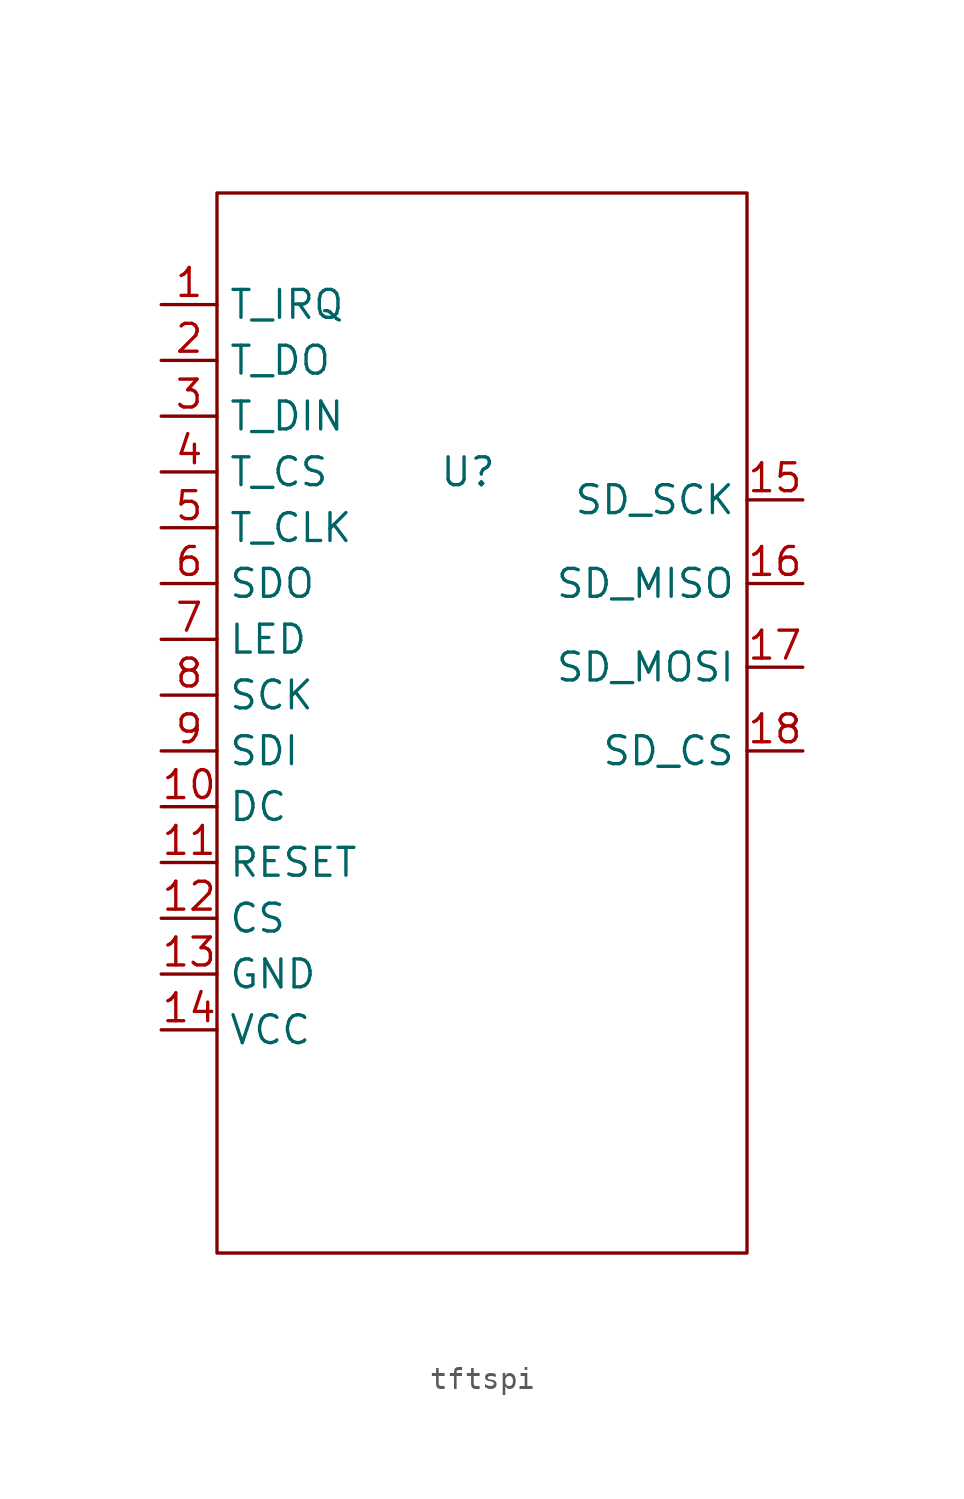
<source format=kicad_sym>
(kicad_symbol_lib
  (version 20231120)
  (generator "kicad_symbol_editor")
  (generator_version "8.0")
  (symbol "tftspi"
    (property "Reference" "U"
      (at 0 0 0)
      (effects (font (size 1.27 1.27))))
    (property "Value" ""
      (at 0 0 0)
      (effects (font (size 1.27 1.27))))
    (symbol "tftspi_0_1"
      (rectangle (start -11.43 12.7) (end 12.7 -35.56) (stroke (width 0) (type default)) (fill (type none))))
    (symbol "tftspi_1_1"
      (pin passive line (at -13.97 7.62 0) (length 2.54) (name "T_IRQ" (effects (font (size 1.27 1.27)))) (number "1" (effects (font (size 1.27 1.27)))))
      (pin passive line (at -13.97 -15.24 0) (length 2.54) (name "DC" (effects (font (size 1.27 1.27)))) (number "10" (effects (font (size 1.27 1.27)))))
      (pin passive line (at -13.97 -17.78 0) (length 2.54) (name "RESET" (effects (font (size 1.27 1.27)))) (number "11" (effects (font (size 1.27 1.27)))))
      (pin passive line (at -13.97 -20.32 0) (length 2.54) (name "CS" (effects (font (size 1.27 1.27)))) (number "12" (effects (font (size 1.27 1.27)))))
      (pin passive line (at -13.97 -22.86 0) (length 2.54) (name "GND" (effects (font (size 1.27 1.27)))) (number "13" (effects (font (size 1.27 1.27)))))
      (pin power_in line (at -13.97 -25.4 0) (length 2.54) (name "VCC" (effects (font (size 1.27 1.27)))) (number "14" (effects (font (size 1.27 1.27)))))
      (pin passive line (at 15.24 -1.27 180) (length 2.54) (name "SD_SCK" (effects (font (size 1.27 1.27)))) (number "15" (effects (font (size 1.27 1.27)))))
      (pin passive line (at 15.24 -5.08 180) (length 2.54) (name "SD_MISO" (effects (font (size 1.27 1.27)))) (number "16" (effects (font (size 1.27 1.27)))))
      (pin passive line (at 15.24 -8.89 180) (length 2.54) (name "SD_MOSI" (effects (font (size 1.27 1.27)))) (number "17" (effects (font (size 1.27 1.27)))))
      (pin passive line (at 15.24 -12.7 180) (length 2.54) (name "SD_CS" (effects (font (size 1.27 1.27)))) (number "18" (effects (font (size 1.27 1.27)))))
      (pin passive line (at -13.97 5.08 0) (length 2.54) (name "T_DO" (effects (font (size 1.27 1.27)))) (number "2" (effects (font (size 1.27 1.27)))))
      (pin passive line (at -13.97 2.54 0) (length 2.54) (name "T_DIN" (effects (font (size 1.27 1.27)))) (number "3" (effects (font (size 1.27 1.27)))))
      (pin passive line (at -13.97 0 0) (length 2.54) (name "T_CS" (effects (font (size 1.27 1.27)))) (number "4" (effects (font (size 1.27 1.27)))))
      (pin passive line (at -13.97 -2.54 0) (length 2.54) (name "T_CLK" (effects (font (size 1.27 1.27)))) (number "5" (effects (font (size 1.27 1.27)))))
      (pin passive line (at -13.97 -5.08 0) (length 2.54) (name "SDO" (effects (font (size 1.27 1.27)))) (number "6" (effects (font (size 1.27 1.27)))))
      (pin passive line (at -13.97 -7.62 0) (length 2.54) (name "LED" (effects (font (size 1.27 1.27)))) (number "7" (effects (font (size 1.27 1.27)))))
      (pin passive line (at -13.97 -10.16 0) (length 2.54) (name "SCK" (effects (font (size 1.27 1.27)))) (number "8" (effects (font (size 1.27 1.27)))))
      (pin passive line (at -13.97 -12.7 0) (length 2.54) (name "SDI" (effects (font (size 1.27 1.27)))) (number "9" (effects (font (size 1.27 1.27))))))))
</source>
